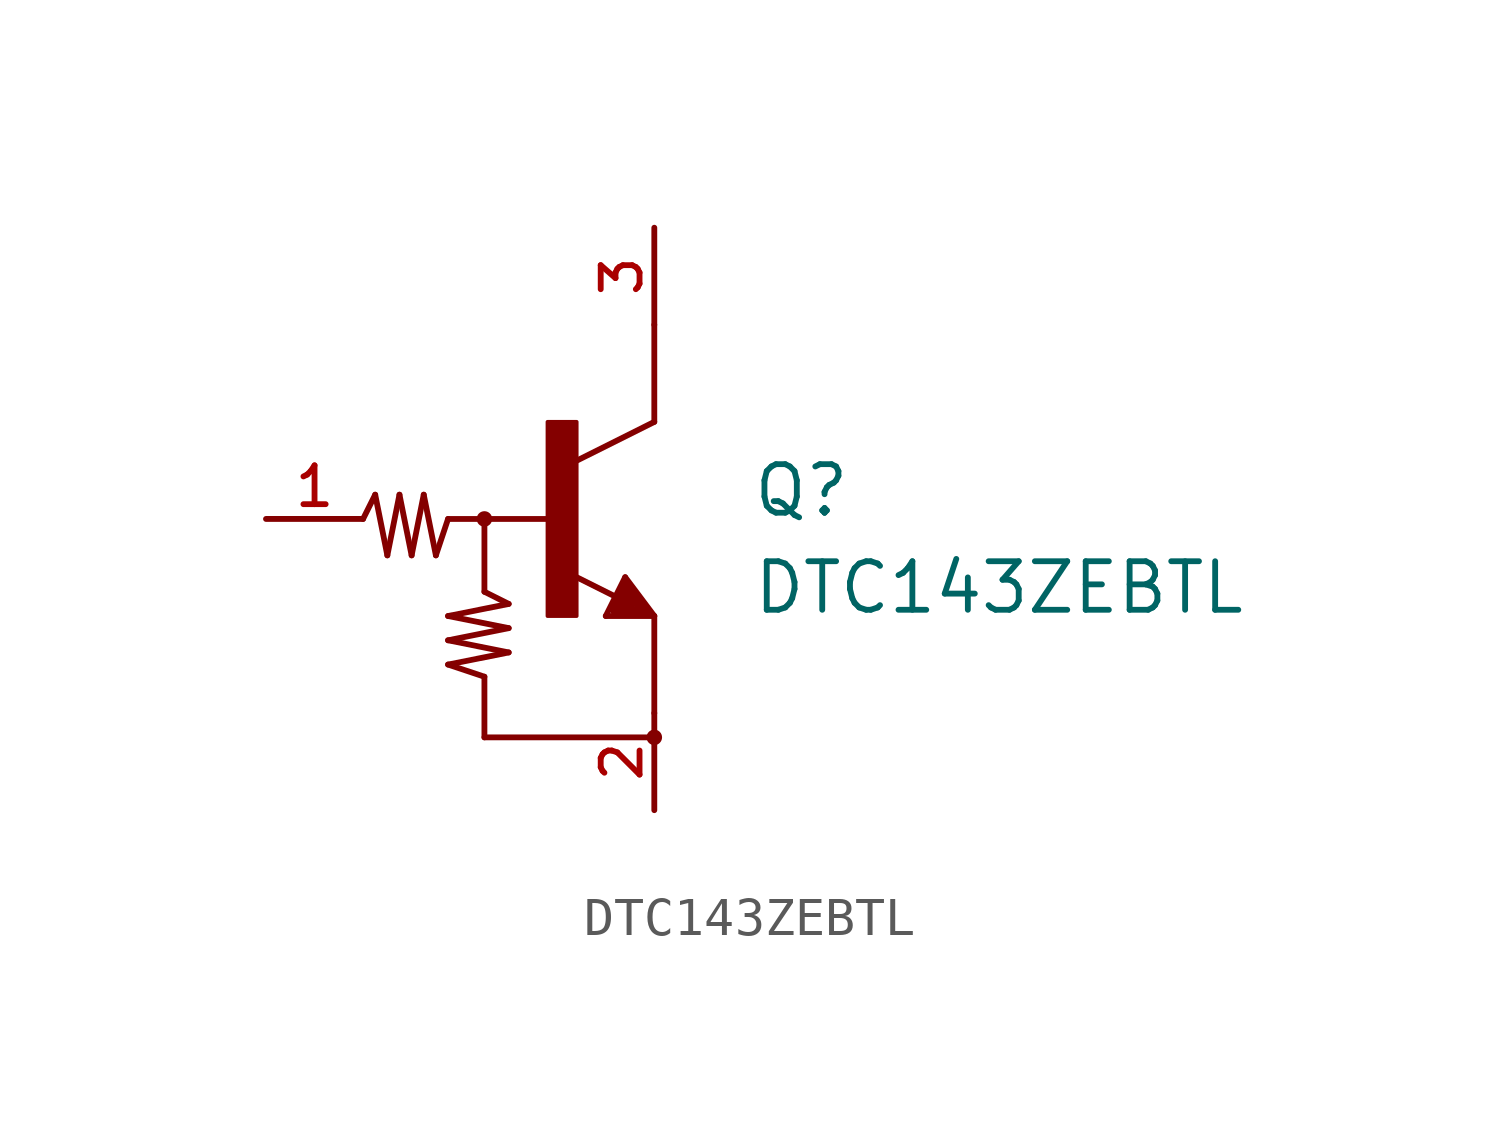
<source format=kicad_sym>
(kicad_symbol_lib
  (version 20211014)
  (generator kicad_symbol_editor)
  (symbol "DTC143ZEBTL"
    (pin_names
      (offset 1.016))
    (property "Reference" "Q"
      (at 5.08 0.0 0)
      (effects (font (size 1.27 1.27)) (justify bottom left)))
    (property "Value" "DTC143ZEBTL"
      (at 5.08 -2.54 0)
      (effects (font (size 1.27 1.27)) (justify bottom left)))
    (symbol "DTC143ZEBTL_0_0"
      (polyline (pts (xy 2.54 2.54) (xy 0.508 1.524)) (stroke (width 0.152)))
      (polyline (pts (xy 1.778 -1.524) (xy 2.54 -2.54)) (stroke (width 0.152)))
      (polyline (pts (xy 2.54 -2.54) (xy 1.27 -2.54)) (stroke (width 0.152)))
      (polyline (pts (xy 1.27 -2.54) (xy 1.778 -1.524)) (stroke (width 0.152)))
      (polyline (pts (xy 1.54 -2.04) (xy 0.308 -1.424)) (stroke (width 0.152)))
      (polyline (pts (xy 1.524 -2.413) (xy 2.286 -2.413)) (stroke (width 0.254)))
      (polyline (pts (xy 2.286 -2.413) (xy 1.778 -1.778)) (stroke (width 0.254)))
      (polyline (pts (xy 1.778 -1.778) (xy 1.524 -2.286)) (stroke (width 0.254)))
      (polyline (pts (xy 1.524 -2.286) (xy 1.905 -2.286)) (stroke (width 0.254)))
      (polyline (pts (xy 1.905 -2.286) (xy 1.778 -2.032)) (stroke (width 0.254)))
      (rectangle (start -0.254 -2.54) (end 0.508 2.54) (stroke (width 0.1)) (fill (type outline)))
      (polyline (pts (xy 2.54 -2.54) (xy 2.54 -5.08)) (stroke (width 0.152)))
      (polyline (pts (xy -5.08 0.0) (xy -4.763 0.635)) (stroke (width 0.152)))
      (polyline (pts (xy -4.763 0.635) (xy -4.445 -0.953)) (stroke (width 0.152)))
      (polyline (pts (xy -4.445 -0.953) (xy -4.128 0.635)) (stroke (width 0.152)))
      (polyline (pts (xy -4.128 0.635) (xy -3.81 -0.953)) (stroke (width 0.152)))
      (polyline (pts (xy -3.81 -0.953) (xy -3.493 0.635)) (stroke (width 0.152)))
      (polyline (pts (xy -3.493 0.635) (xy -3.175 -0.953)) (stroke (width 0.152)))
      (polyline (pts (xy -3.175 -0.953) (xy -2.857 0.0)) (stroke (width 0.152)))
      (polyline (pts (xy -2.857 0.0) (xy -1.905 0.0)) (stroke (width 0.152)))
      (polyline (pts (xy -1.905 0.0) (xy 0.0 0.0)) (stroke (width 0.152)))
      (polyline (pts (xy -1.905 -1.905) (xy -1.27 -2.223)) (stroke (width 0.152)))
      (polyline (pts (xy -1.27 -2.223) (xy -2.857 -2.54)) (stroke (width 0.152)))
      (polyline (pts (xy -2.857 -2.54) (xy -1.27 -2.857)) (stroke (width 0.152)))
      (polyline (pts (xy -1.27 -2.857) (xy -2.857 -3.175)) (stroke (width 0.152)))
      (polyline (pts (xy -2.857 -3.175) (xy -1.27 -3.493)) (stroke (width 0.152)))
      (polyline (pts (xy -1.27 -3.493) (xy -2.857 -3.81)) (stroke (width 0.152)))
      (polyline (pts (xy -2.857 -3.81) (xy -1.905 -4.128)) (stroke (width 0.152)))
      (polyline (pts (xy -1.905 -4.128) (xy -1.905 -5.715)) (stroke (width 0.152)))
      (polyline (pts (xy -1.905 -1.905) (xy -1.905 0.0)) (stroke (width 0.152)))
      (polyline (pts (xy -1.905 -5.715) (xy 2.54 -5.715)) (stroke (width 0.152)))
      (circle (center -1.905 0.0) (radius 0.127) (stroke (width 0.152)) (fill (type none)))
      (circle (center 2.54 -5.715) (radius 0.127) (stroke (width 0.152)) (fill (type none)))
      (polyline (pts (xy 2.54 5.08) (xy 2.54 2.54)) (stroke (width 0.152)))
      (pin passive line (at -7.62 0.0 0) (length 2.54) (name "~" (effects (font (size 1.016 1.016)))) (number "1" (effects (font (size 1.016 1.016)))))
      (pin passive line (at 2.54 -7.62 90.0) (length 2.54) (name "~" (effects (font (size 1.016 1.016)))) (number "2" (effects (font (size 1.016 1.016)))))
      (pin passive line (at 2.54 7.62 270.0) (length 2.54) (name "~" (effects (font (size 1.016 1.016)))) (number "3" (effects (font (size 1.016 1.016))))))))
</source>
